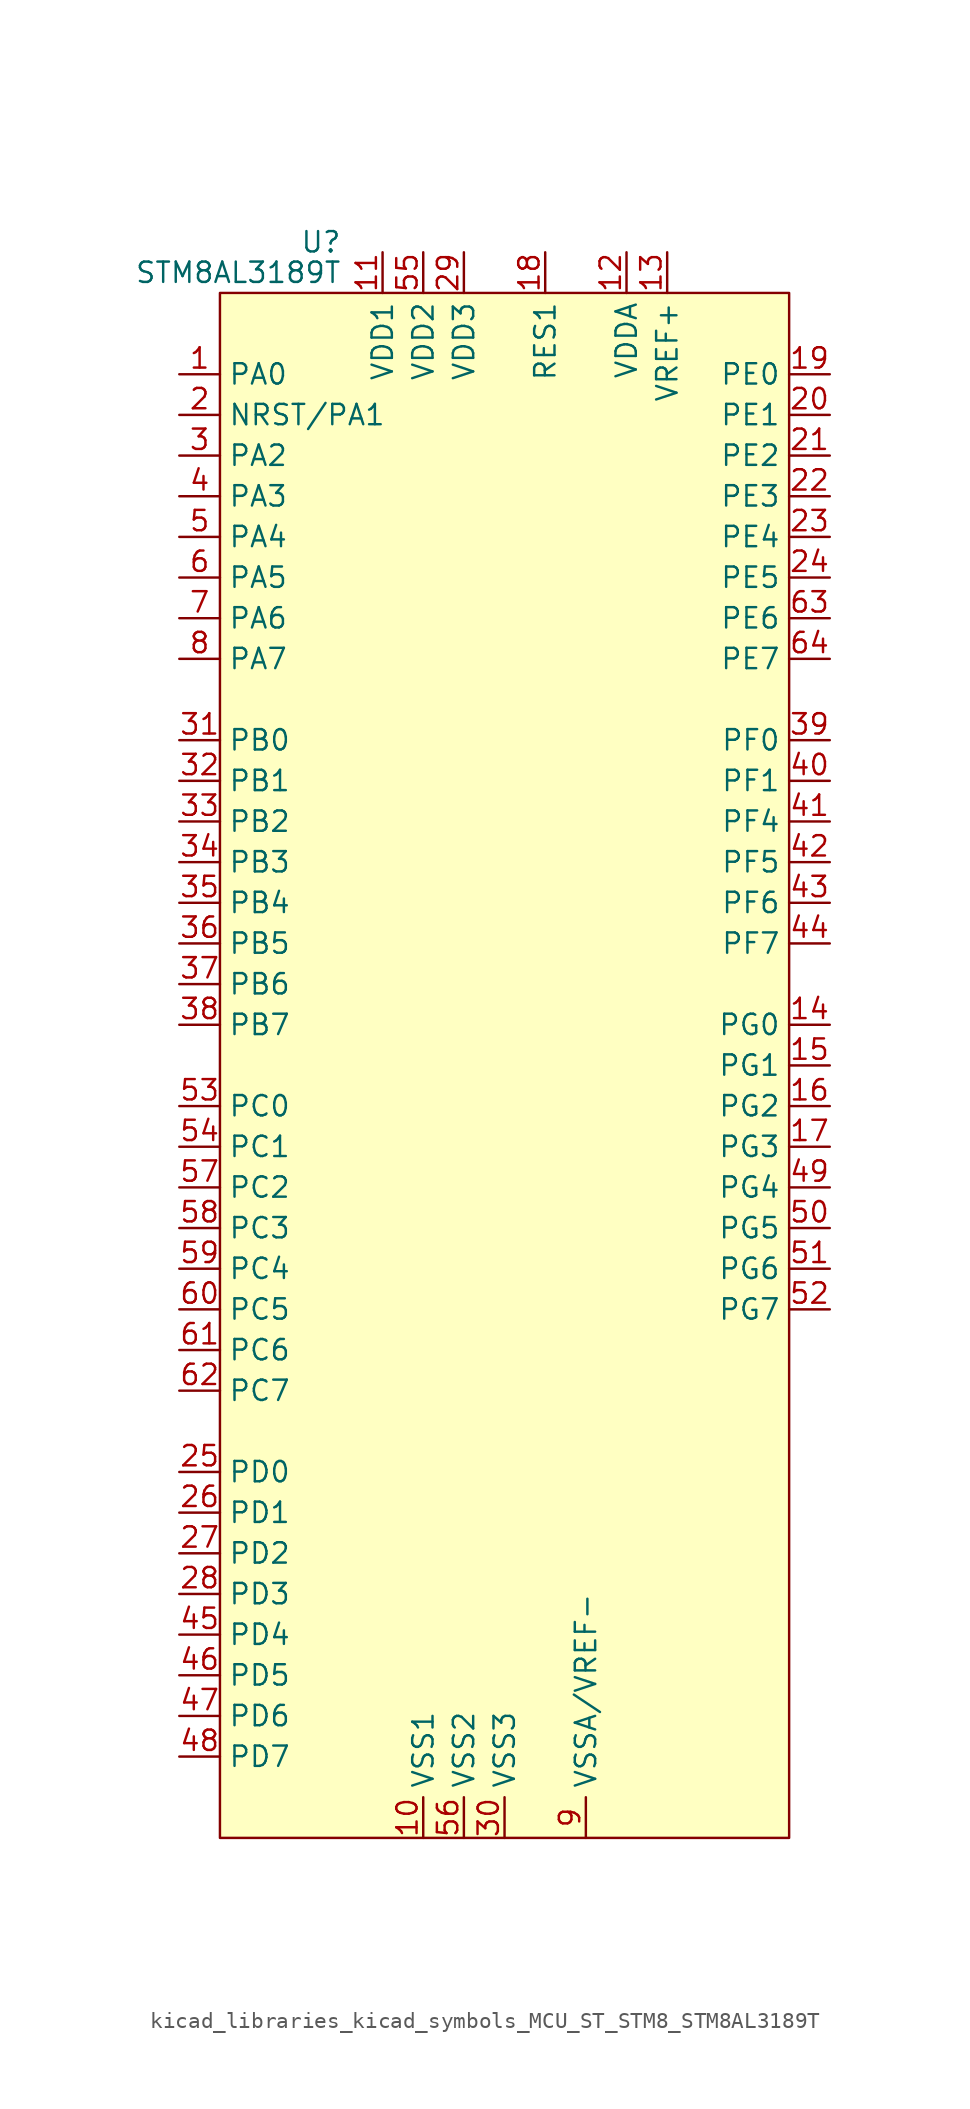
<source format=kicad_sym>
(kicad_symbol_lib
  (version 20220914)
  (generator kicad_symbol_editor)
  (symbol "kicad_libraries_kicad_symbols_MCU_ST_STM8_STM8AL3189T"
    (property "Reference" "U"
      (at -10.16 51.435 0)
      (effects (font (size 1.27 1.27)) (justify right)))
    (property "Value" "STM8AL3189T"
      (at -10.16 49.53 0)
      (effects (font (size 1.27 1.27)) (justify right)))
    (symbol "kicad_libraries_kicad_symbols_MCU_ST_STM8_STM8AL3189T_0_0"
      (pin bidirectional line (at -20.32 43.18 0) (length 2.54) (name "PA0" (effects (font (size 1.27 1.27)))) (number "1" (effects (font (size 1.27 1.27)))))
      (pin power_in line (at -5.08 -48.26 90) (length 2.54) (name "VSS1" (effects (font (size 1.27 1.27)))) (number "10" (effects (font (size 1.27 1.27)))))
      (pin power_in line (at -7.62 50.8 270) (length 2.54) (name "VDD1" (effects (font (size 1.27 1.27)))) (number "11" (effects (font (size 1.27 1.27)))))
      (pin power_in line (at 7.62 50.8 270) (length 2.54) (name "VDDA" (effects (font (size 1.27 1.27)))) (number "12" (effects (font (size 1.27 1.27)))))
      (pin power_in line (at 10.16 50.8 270) (length 2.54) (name "VREF+" (effects (font (size 1.27 1.27)))) (number "13" (effects (font (size 1.27 1.27)))))
      (pin bidirectional line (at 20.32 2.54 180) (length 2.54) (name "PG0" (effects (font (size 1.27 1.27)))) (number "14" (effects (font (size 1.27 1.27)))))
      (pin bidirectional line (at 20.32 0 180) (length 2.54) (name "PG1" (effects (font (size 1.27 1.27)))) (number "15" (effects (font (size 1.27 1.27)))))
      (pin bidirectional line (at 20.32 -2.54 180) (length 2.54) (name "PG2" (effects (font (size 1.27 1.27)))) (number "16" (effects (font (size 1.27 1.27)))))
      (pin bidirectional line (at 20.32 -5.08 180) (length 2.54) (name "PG3" (effects (font (size 1.27 1.27)))) (number "17" (effects (font (size 1.27 1.27)))))
      (pin power_in line (at 2.54 50.8 270) (length 2.54) (name "RES1" (effects (font (size 1.27 1.27)))) (number "18" (effects (font (size 1.27 1.27)))))
      (pin bidirectional line (at 20.32 43.18 180) (length 2.54) (name "PE0" (effects (font (size 1.27 1.27)))) (number "19" (effects (font (size 1.27 1.27)))))
      (pin bidirectional line (at -20.32 40.64 0) (length 2.54) (name "NRST/PA1" (effects (font (size 1.27 1.27)))) (number "2" (effects (font (size 1.27 1.27)))))
      (pin bidirectional line (at 20.32 40.64 180) (length 2.54) (name "PE1" (effects (font (size 1.27 1.27)))) (number "20" (effects (font (size 1.27 1.27)))))
      (pin bidirectional line (at 20.32 38.1 180) (length 2.54) (name "PE2" (effects (font (size 1.27 1.27)))) (number "21" (effects (font (size 1.27 1.27)))))
      (pin bidirectional line (at 20.32 35.56 180) (length 2.54) (name "PE3" (effects (font (size 1.27 1.27)))) (number "22" (effects (font (size 1.27 1.27)))))
      (pin bidirectional line (at 20.32 33.02 180) (length 2.54) (name "PE4" (effects (font (size 1.27 1.27)))) (number "23" (effects (font (size 1.27 1.27)))))
      (pin bidirectional line (at 20.32 30.48 180) (length 2.54) (name "PE5" (effects (font (size 1.27 1.27)))) (number "24" (effects (font (size 1.27 1.27)))))
      (pin bidirectional line (at -20.32 -25.4 0) (length 2.54) (name "PD0" (effects (font (size 1.27 1.27)))) (number "25" (effects (font (size 1.27 1.27)))))
      (pin bidirectional line (at -20.32 -27.94 0) (length 2.54) (name "PD1" (effects (font (size 1.27 1.27)))) (number "26" (effects (font (size 1.27 1.27)))))
      (pin bidirectional line (at -20.32 -30.48 0) (length 2.54) (name "PD2" (effects (font (size 1.27 1.27)))) (number "27" (effects (font (size 1.27 1.27)))))
      (pin bidirectional line (at -20.32 -33.02 0) (length 2.54) (name "PD3" (effects (font (size 1.27 1.27)))) (number "28" (effects (font (size 1.27 1.27)))))
      (pin power_in line (at -2.54 50.8 270) (length 2.54) (name "VDD3" (effects (font (size 1.27 1.27)))) (number "29" (effects (font (size 1.27 1.27)))))
      (pin bidirectional line (at -20.32 38.1 0) (length 2.54) (name "PA2" (effects (font (size 1.27 1.27)))) (number "3" (effects (font (size 1.27 1.27)))))
      (pin power_in line (at 0 -48.26 90) (length 2.54) (name "VSS3" (effects (font (size 1.27 1.27)))) (number "30" (effects (font (size 1.27 1.27)))))
      (pin bidirectional line (at -20.32 20.32 0) (length 2.54) (name "PB0" (effects (font (size 1.27 1.27)))) (number "31" (effects (font (size 1.27 1.27)))))
      (pin bidirectional line (at -20.32 17.78 0) (length 2.54) (name "PB1" (effects (font (size 1.27 1.27)))) (number "32" (effects (font (size 1.27 1.27)))))
      (pin bidirectional line (at -20.32 15.24 0) (length 2.54) (name "PB2" (effects (font (size 1.27 1.27)))) (number "33" (effects (font (size 1.27 1.27)))))
      (pin bidirectional line (at -20.32 12.7 0) (length 2.54) (name "PB3" (effects (font (size 1.27 1.27)))) (number "34" (effects (font (size 1.27 1.27)))))
      (pin bidirectional line (at -20.32 10.16 0) (length 2.54) (name "PB4" (effects (font (size 1.27 1.27)))) (number "35" (effects (font (size 1.27 1.27)))))
      (pin bidirectional line (at -20.32 7.62 0) (length 2.54) (name "PB5" (effects (font (size 1.27 1.27)))) (number "36" (effects (font (size 1.27 1.27)))))
      (pin bidirectional line (at -20.32 5.08 0) (length 2.54) (name "PB6" (effects (font (size 1.27 1.27)))) (number "37" (effects (font (size 1.27 1.27)))))
      (pin bidirectional line (at -20.32 2.54 0) (length 2.54) (name "PB7" (effects (font (size 1.27 1.27)))) (number "38" (effects (font (size 1.27 1.27)))))
      (pin bidirectional line (at 20.32 20.32 180) (length 2.54) (name "PF0" (effects (font (size 1.27 1.27)))) (number "39" (effects (font (size 1.27 1.27)))))
      (pin bidirectional line (at -20.32 35.56 0) (length 2.54) (name "PA3" (effects (font (size 1.27 1.27)))) (number "4" (effects (font (size 1.27 1.27)))))
      (pin bidirectional line (at 20.32 17.78 180) (length 2.54) (name "PF1" (effects (font (size 1.27 1.27)))) (number "40" (effects (font (size 1.27 1.27)))))
      (pin bidirectional line (at 20.32 15.24 180) (length 2.54) (name "PF4" (effects (font (size 1.27 1.27)))) (number "41" (effects (font (size 1.27 1.27)))))
      (pin bidirectional line (at 20.32 12.7 180) (length 2.54) (name "PF5" (effects (font (size 1.27 1.27)))) (number "42" (effects (font (size 1.27 1.27)))))
      (pin bidirectional line (at 20.32 10.16 180) (length 2.54) (name "PF6" (effects (font (size 1.27 1.27)))) (number "43" (effects (font (size 1.27 1.27)))))
      (pin bidirectional line (at 20.32 7.62 180) (length 2.54) (name "PF7" (effects (font (size 1.27 1.27)))) (number "44" (effects (font (size 1.27 1.27)))))
      (pin bidirectional line (at -20.32 -35.56 0) (length 2.54) (name "PD4" (effects (font (size 1.27 1.27)))) (number "45" (effects (font (size 1.27 1.27)))))
      (pin bidirectional line (at -20.32 -38.1 0) (length 2.54) (name "PD5" (effects (font (size 1.27 1.27)))) (number "46" (effects (font (size 1.27 1.27)))))
      (pin bidirectional line (at -20.32 -40.64 0) (length 2.54) (name "PD6" (effects (font (size 1.27 1.27)))) (number "47" (effects (font (size 1.27 1.27)))))
      (pin bidirectional line (at -20.32 -43.18 0) (length 2.54) (name "PD7" (effects (font (size 1.27 1.27)))) (number "48" (effects (font (size 1.27 1.27)))))
      (pin bidirectional line (at 20.32 -7.62 180) (length 2.54) (name "PG4" (effects (font (size 1.27 1.27)))) (number "49" (effects (font (size 1.27 1.27)))))
      (pin bidirectional line (at -20.32 33.02 0) (length 2.54) (name "PA4" (effects (font (size 1.27 1.27)))) (number "5" (effects (font (size 1.27 1.27)))))
      (pin bidirectional line (at 20.32 -10.16 180) (length 2.54) (name "PG5" (effects (font (size 1.27 1.27)))) (number "50" (effects (font (size 1.27 1.27)))))
      (pin bidirectional line (at 20.32 -12.7 180) (length 2.54) (name "PG6" (effects (font (size 1.27 1.27)))) (number "51" (effects (font (size 1.27 1.27)))))
      (pin bidirectional line (at 20.32 -15.24 180) (length 2.54) (name "PG7" (effects (font (size 1.27 1.27)))) (number "52" (effects (font (size 1.27 1.27)))))
      (pin bidirectional line (at -20.32 -2.54 0) (length 2.54) (name "PC0" (effects (font (size 1.27 1.27)))) (number "53" (effects (font (size 1.27 1.27)))))
      (pin bidirectional line (at -20.32 -5.08 0) (length 2.54) (name "PC1" (effects (font (size 1.27 1.27)))) (number "54" (effects (font (size 1.27 1.27)))))
      (pin power_in line (at -5.08 50.8 270) (length 2.54) (name "VDD2" (effects (font (size 1.27 1.27)))) (number "55" (effects (font (size 1.27 1.27)))))
      (pin power_in line (at -2.54 -48.26 90) (length 2.54) (name "VSS2" (effects (font (size 1.27 1.27)))) (number "56" (effects (font (size 1.27 1.27)))))
      (pin bidirectional line (at -20.32 -7.62 0) (length 2.54) (name "PC2" (effects (font (size 1.27 1.27)))) (number "57" (effects (font (size 1.27 1.27)))))
      (pin bidirectional line (at -20.32 -10.16 0) (length 2.54) (name "PC3" (effects (font (size 1.27 1.27)))) (number "58" (effects (font (size 1.27 1.27)))))
      (pin bidirectional line (at -20.32 -12.7 0) (length 2.54) (name "PC4" (effects (font (size 1.27 1.27)))) (number "59" (effects (font (size 1.27 1.27)))))
      (pin bidirectional line (at -20.32 30.48 0) (length 2.54) (name "PA5" (effects (font (size 1.27 1.27)))) (number "6" (effects (font (size 1.27 1.27)))))
      (pin bidirectional line (at -20.32 -15.24 0) (length 2.54) (name "PC5" (effects (font (size 1.27 1.27)))) (number "60" (effects (font (size 1.27 1.27)))))
      (pin bidirectional line (at -20.32 -17.78 0) (length 2.54) (name "PC6" (effects (font (size 1.27 1.27)))) (number "61" (effects (font (size 1.27 1.27)))))
      (pin bidirectional line (at -20.32 -20.32 0) (length 2.54) (name "PC7" (effects (font (size 1.27 1.27)))) (number "62" (effects (font (size 1.27 1.27)))))
      (pin bidirectional line (at 20.32 27.94 180) (length 2.54) (name "PE6" (effects (font (size 1.27 1.27)))) (number "63" (effects (font (size 1.27 1.27)))))
      (pin bidirectional line (at 20.32 25.4 180) (length 2.54) (name "PE7" (effects (font (size 1.27 1.27)))) (number "64" (effects (font (size 1.27 1.27)))))
      (pin bidirectional line (at -20.32 27.94 0) (length 2.54) (name "PA6" (effects (font (size 1.27 1.27)))) (number "7" (effects (font (size 1.27 1.27)))))
      (pin bidirectional line (at -20.32 25.4 0) (length 2.54) (name "PA7" (effects (font (size 1.27 1.27)))) (number "8" (effects (font (size 1.27 1.27)))))
      (pin power_in line (at 5.08 -48.26 90) (length 2.54) (name "VSSA/VREF-" (effects (font (size 1.27 1.27)))) (number "9" (effects (font (size 1.27 1.27))))))
    (symbol "kicad_libraries_kicad_symbols_MCU_ST_STM8_STM8AL3189T_0_1"
      (rectangle (start -17.78 48.26) (end 17.78 -48.26) (stroke (width 0) (type default)) (fill (type background))))))
</source>
